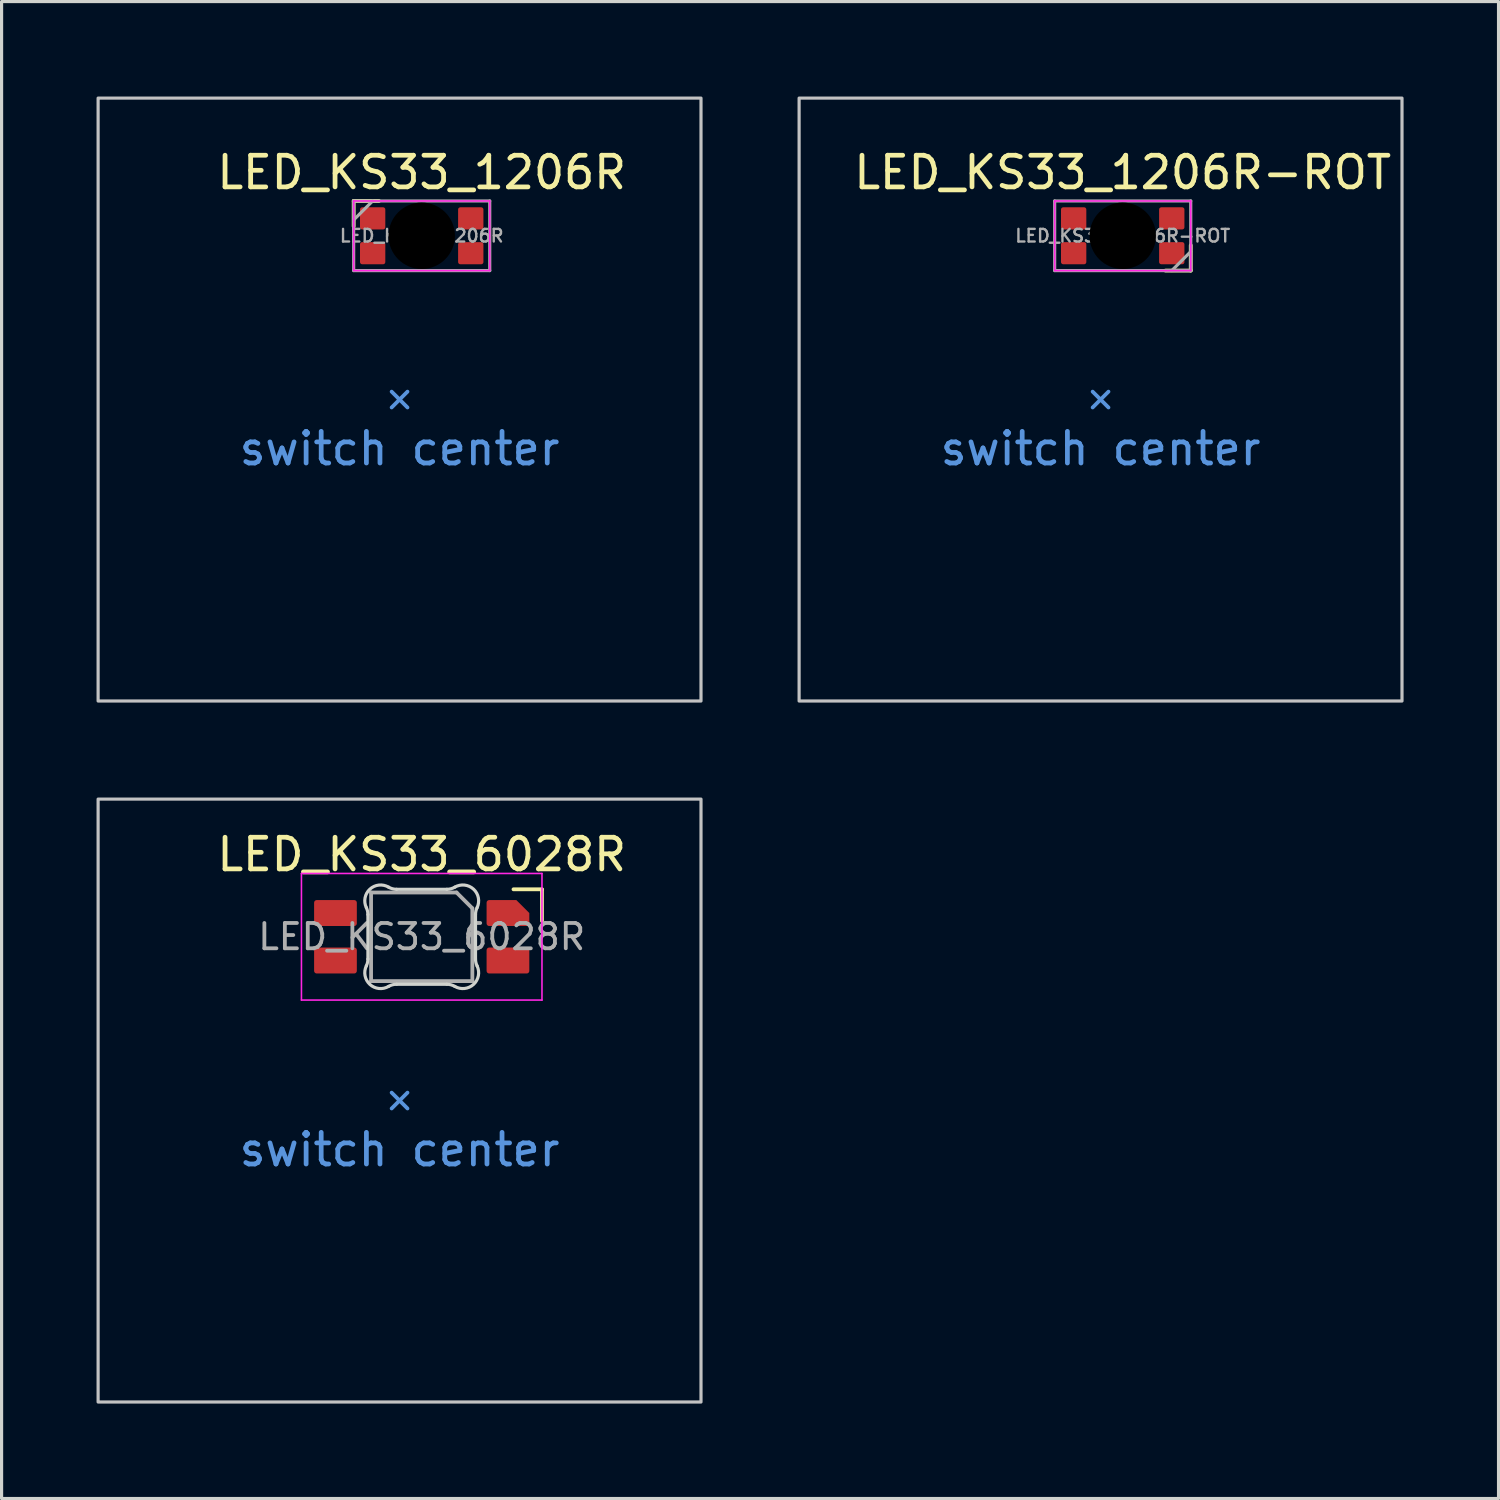
<source format=kicad_pcb>
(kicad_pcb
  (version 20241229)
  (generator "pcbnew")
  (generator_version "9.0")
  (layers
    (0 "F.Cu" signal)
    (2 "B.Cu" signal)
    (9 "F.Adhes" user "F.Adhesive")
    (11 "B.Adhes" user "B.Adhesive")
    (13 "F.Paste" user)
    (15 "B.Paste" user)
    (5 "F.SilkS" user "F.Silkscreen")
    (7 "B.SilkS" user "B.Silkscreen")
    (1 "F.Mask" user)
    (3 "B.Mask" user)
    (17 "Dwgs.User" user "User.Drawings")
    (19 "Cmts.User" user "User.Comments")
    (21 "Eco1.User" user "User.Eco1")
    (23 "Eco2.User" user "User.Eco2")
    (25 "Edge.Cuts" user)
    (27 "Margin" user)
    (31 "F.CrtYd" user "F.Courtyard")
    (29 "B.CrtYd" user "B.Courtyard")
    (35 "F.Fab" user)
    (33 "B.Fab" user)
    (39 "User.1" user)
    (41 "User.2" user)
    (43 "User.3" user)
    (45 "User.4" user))
  (footprint "LED_KS33_1206R"
    (layer "F.Cu")
    (at 10.275 4.4)
    (property "Reference" "LED_KS33_1206R" (at 0 -2 180) (layer "F.SilkS") (effects (font (size 1 1) (thickness 0.15))))
    (attr smd)
    (fp_line (start -2.15 -1.1) (end -2.15 -0.3) (stroke (width 0.12) (type solid)) (layer "F.SilkS"))
    (fp_line (start -1.35 -1.1) (end -2.15 -1.1) (stroke (width 0.12) (type solid)) (layer "F.SilkS"))
    (fp_rect (start -10.225 -4.35) (end 8.825 14.7) (stroke (width 0.1) (type default)) (fill no) (layer "Dwgs.User"))
    (fp_line (start -0.95 4.925) (end -0.7 5.175) (stroke (width 0.12) (type solid)) (layer "Cmts.User"))
    (fp_line (start -0.7 5.175) (end -0.95 5.425) (stroke (width 0.12) (type solid)) (layer "Cmts.User"))
    (fp_line (start -0.7 5.175) (end -0.45 5.425) (stroke (width 0.12) (type solid)) (layer "Cmts.User"))
    (fp_line (start -0.45 4.925) (end -0.7 5.175) (stroke (width 0.12) (type solid)) (layer "Cmts.User"))
    (fp_line (start -2.15 -1.1) (end 2.15 -1.1) (stroke (width 0.05) (type solid)) (layer "F.CrtYd"))
    (fp_line (start -2.15 1.1) (end -2.15 -1.1) (stroke (width 0.05) (type solid)) (layer "F.CrtYd"))
    (fp_line (start 2.15 -1.1) (end 2.15 1.1) (stroke (width 0.05) (type solid)) (layer "F.CrtYd"))
    (fp_line (start 2.15 1.1) (end -2.15 1.1) (stroke (width 0.05) (type solid)) (layer "F.CrtYd"))
    (fp_line (start -2.15 -1.1) (end 2.15 -1.1) (stroke (width 0.1) (type default)) (layer "F.Fab"))
    (fp_line (start -2.15 -0.5) (end -1.55 -1.1) (stroke (width 0.1) (type default)) (layer "F.Fab"))
    (fp_line (start -2.15 1.1) (end -2.15 -1.1) (stroke (width 0.1) (type default)) (layer "F.Fab"))
    (fp_line (start 2.15 -1.1) (end 2.15 1.1) (stroke (width 0.1) (type default)) (layer "F.Fab"))
    (fp_line (start 2.15 1.1) (end -2.15 1.1) (stroke (width 0.1) (type default)) (layer "F.Fab"))
    (fp_text user "switch center" (at -0.7 6.725 180) (layer "Cmts.User") (effects (font (size 1 1) (thickness 0.15))))
    (fp_text user "${REFERENCE}" (at 0 0 0) (layer "F.Fab") (effects (font (size 0.4 0.4) (thickness 0.075) (bold yes))))
    (pad "" np_thru_hole circle (at 0 0 270) (size 2.1 2.1) (drill 2.1) (layers "*.Mask"))
    (pad "1" smd roundrect (at -1.55 -0.55 270) (size 0.7 0.8) (layers "F.Cu" "F.Mask" "F.Paste") (roundrect_rratio 0.1))
    (pad "2" smd roundrect (at -1.55 0.55 270) (size 0.7 0.8) (layers "F.Cu" "F.Mask" "F.Paste") (roundrect_rratio 0.1))
    (pad "3" smd roundrect (at 1.55 0.55 270) (size 0.7 0.8) (layers "F.Cu" "F.Mask" "F.Paste") (roundrect_rratio 0.1))
    (pad "4" smd roundrect (at 1.55 -0.55 270) (size 0.7 0.8) (layers "F.Cu" "F.Mask" "F.Paste") (roundrect_rratio 0.1)))
  (footprint "LED_KS33_1206R-ROT"
    (layer "F.Cu")
    (at 32.425 4.4)
    (property "Reference" "LED_KS33_1206R-ROT" (at 0 -2 180) (layer "F.SilkS") (effects (font (size 1 1) (thickness 0.15))))
    (attr smd)
    (fp_line (start 1.35 1.1) (end 2.15 1.1) (stroke (width 0.12) (type solid)) (layer "F.SilkS"))
    (fp_line (start 2.15 1.1) (end 2.15 0.3) (stroke (width 0.12) (type solid)) (layer "F.SilkS"))
    (fp_rect (start -10.225 -4.35) (end 8.825 14.7) (stroke (width 0.1) (type default)) (fill no) (layer "Dwgs.User"))
    (fp_line (start -0.95 4.925) (end -0.7 5.175) (stroke (width 0.12) (type solid)) (layer "Cmts.User"))
    (fp_line (start -0.7 5.175) (end -0.95 5.425) (stroke (width 0.12) (type solid)) (layer "Cmts.User"))
    (fp_line (start -0.7 5.175) (end -0.45 5.425) (stroke (width 0.12) (type solid)) (layer "Cmts.User"))
    (fp_line (start -0.45 4.925) (end -0.7 5.175) (stroke (width 0.12) (type solid)) (layer "Cmts.User"))
    (fp_line (start -2.15 -1.1) (end 2.15 -1.1) (stroke (width 0.05) (type solid)) (layer "F.CrtYd"))
    (fp_line (start -2.15 1.1) (end -2.15 -1.1) (stroke (width 0.05) (type solid)) (layer "F.CrtYd"))
    (fp_line (start 2.15 -1.1) (end 2.15 1.1) (stroke (width 0.05) (type solid)) (layer "F.CrtYd"))
    (fp_line (start 2.15 1.1) (end -2.15 1.1) (stroke (width 0.05) (type solid)) (layer "F.CrtYd"))
    (fp_line (start -2.15 -1.1) (end 2.15 -1.1) (stroke (width 0.1) (type default)) (layer "F.Fab"))
    (fp_line (start -2.15 1.1) (end -2.15 -1.1) (stroke (width 0.1) (type default)) (layer "F.Fab"))
    (fp_line (start 2.15 -1.1) (end 2.15 1.1) (stroke (width 0.1) (type default)) (layer "F.Fab"))
    (fp_line (start 2.15 0.5) (end 1.55 1.1) (stroke (width 0.1) (type default)) (layer "F.Fab"))
    (fp_line (start 2.15 1.1) (end -2.15 1.1) (stroke (width 0.1) (type default)) (layer "F.Fab"))
    (fp_text user "switch center" (at -0.7 6.725 180) (layer "Cmts.User") (effects (font (size 1 1) (thickness 0.15))))
    (fp_text user "${REFERENCE}" (at 0 0 180) (layer "F.Fab") (effects (font (size 0.4 0.4) (thickness 0.075) (bold yes))))
    (pad "" np_thru_hole circle (at 0 0 90) (size 2.1 2.1) (drill 2.1) (layers "*.Mask"))
    (pad "1" smd roundrect (at 1.55 0.55 90) (size 0.7 0.8) (layers "F.Cu" "F.Mask" "F.Paste") (roundrect_rratio 0.1))
    (pad "2" smd roundrect (at 1.55 -0.55 90) (size 0.7 0.8) (layers "F.Cu" "F.Mask" "F.Paste") (roundrect_rratio 0.1))
    (pad "3" smd roundrect (at -1.55 -0.55 90) (size 0.7 0.8) (layers "F.Cu" "F.Mask" "F.Paste") (roundrect_rratio 0.1))
    (pad "4" smd roundrect (at -1.55 0.55 90) (size 0.7 0.8) (layers "F.Cu" "F.Mask" "F.Paste") (roundrect_rratio 0.1)))
  (footprint "LED_KS33_6028R"
    (layer "F.Cu")
    (at 10.275 26.55)
    (property "Reference" "LED_KS33_6028R" (at 0 -2.6 180) (layer "F.SilkS") (effects (font (size 1 1) (thickness 0.15))))
    (attr smd)
    (fp_line (start 3.8 -1.5) (end 2.9 -1.5) (stroke (width 0.12) (type solid)) (layer "F.SilkS"))
    (fp_line (start 3.8 -0.5) (end 3.8 -1.5) (stroke (width 0.12) (type solid)) (layer "F.SilkS"))
    (fp_rect (start -10.225 -4.35) (end 8.825 14.7) (stroke (width 0.1) (type default)) (fill no) (layer "Dwgs.User"))
    (fp_line (start -0.95 4.925) (end -0.7 5.175) (stroke (width 0.12) (type solid)) (layer "Cmts.User"))
    (fp_line (start -0.7 5.175) (end -0.95 5.425) (stroke (width 0.12) (type solid)) (layer "Cmts.User"))
    (fp_line (start -0.7 5.175) (end -0.45 5.425) (stroke (width 0.12) (type solid)) (layer "Cmts.User"))
    (fp_line (start -0.45 4.925) (end -0.7 5.175) (stroke (width 0.12) (type solid)) (layer "Cmts.User"))
    (fp_line (start -1.7 -0.703) (end -1.7 0.703) (stroke (width 0.1) (type solid)) (layer "Edge.Cuts"))
    (fp_line (start -0.794 1.5) (end 0.794 1.5) (stroke (width 0.1) (type solid)) (layer "Edge.Cuts"))
    (fp_line (start 0.794 -1.5) (end -0.794 -1.5) (stroke (width 0.1) (type solid)) (layer "Edge.Cuts"))
    (fp_line (start 1.7 0.703) (end 1.7 -0.703) (stroke (width 0.1) (type solid)) (layer "Edge.Cuts"))
    (fp_arc (start -1.749484 -0.919719) (mid -1.712527 -0.814067) (end -1.699999 -0.702842) (stroke (width 0.1) (type solid)) (layer "Edge.Cuts"))
    (fp_arc (start -1.749484 -0.919719) (mid -1.63807 -1.504033) (end -1.046711 -1.568296) (stroke (width 0.1) (type solid)) (layer "Edge.Cuts"))
    (fp_arc (start -1.699999 0.702843) (mid -1.712527 0.814069) (end -1.749484 0.919721) (stroke (width 0.1) (type solid)) (layer "Edge.Cuts"))
    (fp_arc (start -1.046711 1.5683) (mid -1.638071 1.504036) (end -1.749484 0.919721) (stroke (width 0.1) (type solid)) (layer "Edge.Cuts"))
    (fp_arc (start -1.046711 1.5683) (mid -0.925123 1.517378) (end -0.794453 1.500001) (stroke (width 0.1) (type solid)) (layer "Edge.Cuts"))
    (fp_arc (start -0.794452 -1.499999) (mid -0.925122 -1.517376) (end -1.04671 -1.568298) (stroke (width 0.1) (type solid)) (layer "Edge.Cuts"))
    (fp_arc (start 0.794453 1.5) (mid 0.925123 1.517377) (end 1.046711 1.568299) (stroke (width 0.1) (type solid)) (layer "Edge.Cuts"))
    (fp_arc (start 1.046711 -1.568298) (mid 0.925123 -1.517376) (end 0.794452 -1.499999) (stroke (width 0.1) (type solid)) (layer "Edge.Cuts"))
    (fp_arc (start 1.046711 -1.568298) (mid 1.638072 -1.504034) (end 1.749484 -0.919718) (stroke (width 0.1) (type solid)) (layer "Edge.Cuts"))
    (fp_arc (start 1.699999 -0.702841) (mid 1.712527 -0.814067) (end 1.749484 -0.919719) (stroke (width 0.1) (type solid)) (layer "Edge.Cuts"))
    (fp_arc (start 1.749484 0.919721) (mid 1.638071 1.504035) (end 1.046711 1.568299) (stroke (width 0.1) (type solid)) (layer "Edge.Cuts"))
    (fp_arc (start 1.749484 0.919721) (mid 1.712527 0.814069) (end 1.699999 0.702844) (stroke (width 0.1) (type solid)) (layer "Edge.Cuts"))
    (fp_line (start -3.8 -2) (end 3.8 -2) (stroke (width 0.05) (type solid)) (layer "F.CrtYd"))
    (fp_line (start -3.8 2) (end -3.8 -2) (stroke (width 0.05) (type solid)) (layer "F.CrtYd"))
    (fp_line (start 3.8 -2) (end 3.8 2) (stroke (width 0.05) (type solid)) (layer "F.CrtYd"))
    (fp_line (start 3.8 2) (end -3.8 2) (stroke (width 0.05) (type solid)) (layer "F.CrtYd"))
    (fp_line (start -1.6 -1.4) (end 1.1 -1.4) (stroke (width 0.12) (type solid)) (layer "F.Fab"))
    (fp_line (start -1.6 1.4) (end -1.6 -1.4) (stroke (width 0.12) (type solid)) (layer "F.Fab"))
    (fp_line (start 1.6 -0.9) (end 1.1 -1.4) (stroke (width 0.12) (type solid)) (layer "F.Fab"))
    (fp_line (start 1.6 -0.9) (end 1.6 1.4) (stroke (width 0.12) (type solid)) (layer "F.Fab"))
    (fp_line (start 1.6 1.4) (end -1.6 1.4) (stroke (width 0.12) (type solid)) (layer "F.Fab"))
    (fp_text user "switch center" (at -0.7 6.725 180) (layer "Cmts.User") (effects (font (size 1 1) (thickness 0.15))))
    (fp_text user "${REFERENCE}" (at 0 0 0) (layer "F.Fab") (effects (font (size 0.8 0.8) (thickness 0.12))))
    (pad "1" smd roundrect (at -2.725 0.75 270) (size 0.82 1.35) (layers "F.Cu" "F.Mask" "F.Paste") (roundrect_rratio 0.1))
    (pad "2" smd roundrect (at -2.725 -0.75 270) (size 0.82 1.35) (layers "F.Cu" "F.Mask" "F.Paste") (roundrect_rratio 0.1))
    (pad "3" smd roundrect (at 2.725 0.75 270) (size 0.82 1.35) (layers "F.Cu" "F.Mask" "F.Paste") (roundrect_rratio 0.1))
    (pad "4" smd roundrect (at 2.725 -0.75 270) (size 0.82 1.35) (layers "F.Cu" "F.Mask" "F.Paste") (roundrect_rratio 0.1) (chamfer_ratio 0.5) (chamfer top_left)))
  (gr_rect
    (start -3 -3)
    (end 44.3 44.3)
    (stroke (width 0.1) (type default))
    (fill no)
    (layer "Edge.Cuts")))
</source>
